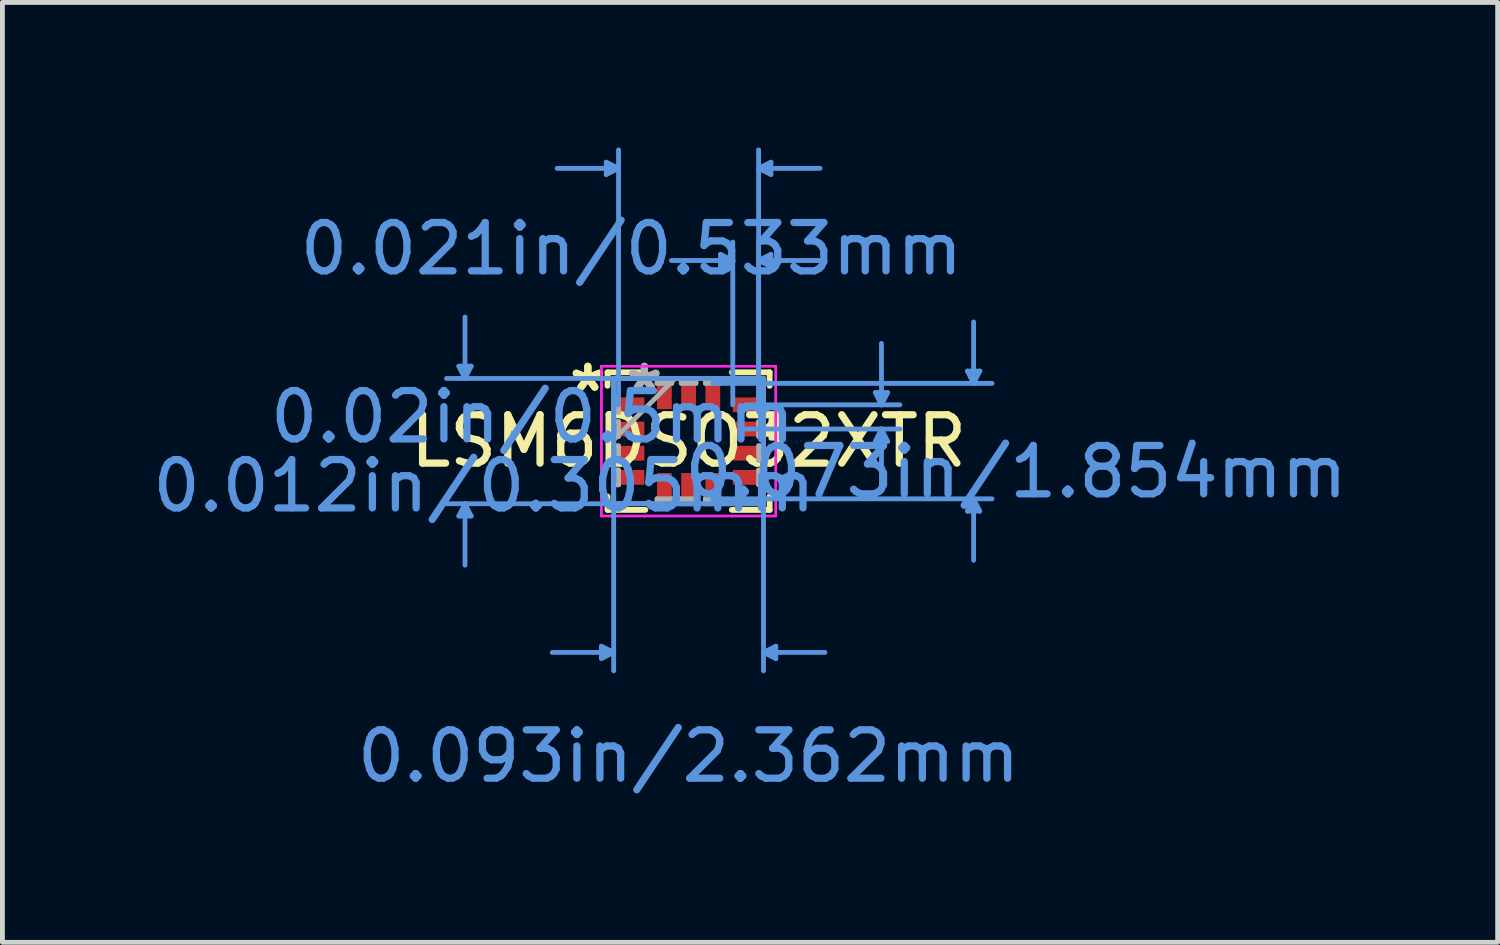
<source format=kicad_pcb>
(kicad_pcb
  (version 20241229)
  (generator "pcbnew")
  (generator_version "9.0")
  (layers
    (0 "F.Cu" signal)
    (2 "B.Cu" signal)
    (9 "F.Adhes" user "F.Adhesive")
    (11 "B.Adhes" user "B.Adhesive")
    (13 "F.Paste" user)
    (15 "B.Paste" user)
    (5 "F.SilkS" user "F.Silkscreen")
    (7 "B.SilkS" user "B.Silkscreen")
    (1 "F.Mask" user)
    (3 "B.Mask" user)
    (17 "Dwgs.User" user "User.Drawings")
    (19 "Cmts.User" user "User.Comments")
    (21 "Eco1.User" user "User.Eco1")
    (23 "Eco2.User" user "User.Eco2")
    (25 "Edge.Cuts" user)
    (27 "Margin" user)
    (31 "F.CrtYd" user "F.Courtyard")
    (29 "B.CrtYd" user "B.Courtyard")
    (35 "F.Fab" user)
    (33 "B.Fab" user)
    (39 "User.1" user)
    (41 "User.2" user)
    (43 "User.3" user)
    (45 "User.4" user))
  (footprint "LSM6DSO32XTR"
    (layer "F.Cu")
    (at 11.187 6.07)
    (property "Reference" "LSM6DSO32XTR" (at 0 0 0) (layer "F.SilkS") (effects (font (size 1 1) (thickness 0.15))))
    (attr through_hole)
    (fp_line (start -1.676 -1.422) (end -1.676 -1.144) (stroke (width 0.12) (type solid)) (layer "F.SilkS"))
    (fp_line (start -1.676 1.144) (end -1.676 1.422) (stroke (width 0.12) (type solid)) (layer "F.SilkS"))
    (fp_line (start -1.676 1.422) (end -0.894 1.422) (stroke (width 0.12) (type solid)) (layer "F.SilkS"))
    (fp_line (start -0.894 -1.422) (end -1.676 -1.422) (stroke (width 0.12) (type solid)) (layer "F.SilkS"))
    (fp_line (start 0.894 1.422) (end 1.676 1.422) (stroke (width 0.12) (type solid)) (layer "F.SilkS"))
    (fp_line (start 1.676 -1.422) (end 0.894 -1.422) (stroke (width 0.12) (type solid)) (layer "F.SilkS"))
    (fp_line (start 1.676 -1.144) (end 1.676 -1.422) (stroke (width 0.12) (type solid)) (layer "F.SilkS"))
    (fp_line (start 1.676 1.422) (end 1.676 1.144) (stroke (width 0.12) (type solid)) (layer "F.SilkS"))
    (fp_poly (pts (xy 1.956 -0.441) (xy 1.956 -0.06) (xy 1.702 -0.06) (xy 1.702 -0.441)) (stroke (width 0.1) (type solid)) (fill yes) (layer "F.SilkS"))
    (fp_line (start -4.75 -1.549) (end -4.496 -1.549) (stroke (width 0.1) (type solid)) (layer "Cmts.User"))
    (fp_line (start -4.75 1.549) (end -4.496 1.549) (stroke (width 0.1) (type solid)) (layer "Cmts.User"))
    (fp_line (start -4.623 -1.295) (end -4.75 -1.549) (stroke (width 0.1) (type solid)) (layer "Cmts.User"))
    (fp_line (start -4.623 -1.295) (end -4.623 -2.565) (stroke (width 0.1) (type solid)) (layer "Cmts.User"))
    (fp_line (start -4.623 -1.295) (end -4.496 -1.549) (stroke (width 0.1) (type solid)) (layer "Cmts.User"))
    (fp_line (start -4.623 1.295) (end -4.75 1.549) (stroke (width 0.1) (type solid)) (layer "Cmts.User"))
    (fp_line (start -4.623 1.295) (end -4.623 2.565) (stroke (width 0.1) (type solid)) (layer "Cmts.User"))
    (fp_line (start -4.623 1.295) (end -4.496 1.549) (stroke (width 0.1) (type solid)) (layer "Cmts.User"))
    (fp_line (start -1.803 4.242) (end -1.803 4.496) (stroke (width 0.1) (type solid)) (layer "Cmts.User"))
    (fp_line (start -1.702 -5.766) (end -1.702 -5.512) (stroke (width 0.1) (type solid)) (layer "Cmts.User"))
    (fp_line (start -1.549 -1.295) (end -1.549 4.75) (stroke (width 0.1) (type solid)) (layer "Cmts.User"))
    (fp_line (start -1.549 4.369) (end -2.819 4.369) (stroke (width 0.1) (type solid)) (layer "Cmts.User"))
    (fp_line (start -1.549 4.369) (end -1.803 4.242) (stroke (width 0.1) (type solid)) (layer "Cmts.User"))
    (fp_line (start -1.549 4.369) (end -1.803 4.496) (stroke (width 0.1) (type solid)) (layer "Cmts.User"))
    (fp_line (start -1.448 -5.639) (end -2.718 -5.639) (stroke (width 0.1) (type solid)) (layer "Cmts.User"))
    (fp_line (start -1.448 -5.639) (end -1.702 -5.766) (stroke (width 0.1) (type solid)) (layer "Cmts.User"))
    (fp_line (start -1.448 -5.639) (end -1.702 -5.512) (stroke (width 0.1) (type solid)) (layer "Cmts.User"))
    (fp_line (start -1.448 -0.75) (end -1.448 -6.02) (stroke (width 0.1) (type solid)) (layer "Cmts.User"))
    (fp_line (start 0.5 -1.194) (end 6.274 -1.194) (stroke (width 0.1) (type solid)) (layer "Cmts.User"))
    (fp_line (start 0.5 1.194) (end 6.274 1.194) (stroke (width 0.1) (type solid)) (layer "Cmts.User"))
    (fp_line (start 0.66 -3.861) (end 0.66 -3.607) (stroke (width 0.1) (type solid)) (layer "Cmts.User"))
    (fp_line (start 0.914 -3.734) (end -0.356 -3.734) (stroke (width 0.1) (type solid)) (layer "Cmts.User"))
    (fp_line (start 0.914 -3.734) (end 0.66 -3.861) (stroke (width 0.1) (type solid)) (layer "Cmts.User"))
    (fp_line (start 0.914 -3.734) (end 0.66 -3.607) (stroke (width 0.1) (type solid)) (layer "Cmts.User"))
    (fp_line (start 0.914 -0.75) (end 0.914 -4.115) (stroke (width 0.1) (type solid)) (layer "Cmts.User"))
    (fp_line (start 1.181 -0.75) (end 4.369 -0.75) (stroke (width 0.1) (type solid)) (layer "Cmts.User"))
    (fp_line (start 1.181 -0.25) (end 4.369 -0.25) (stroke (width 0.1) (type solid)) (layer "Cmts.User"))
    (fp_line (start 1.448 -5.639) (end 1.702 -5.766) (stroke (width 0.1) (type solid)) (layer "Cmts.User"))
    (fp_line (start 1.448 -5.639) (end 1.702 -5.512) (stroke (width 0.1) (type solid)) (layer "Cmts.User"))
    (fp_line (start 1.448 -5.639) (end 2.718 -5.639) (stroke (width 0.1) (type solid)) (layer "Cmts.User"))
    (fp_line (start 1.448 -3.734) (end 1.702 -3.861) (stroke (width 0.1) (type solid)) (layer "Cmts.User"))
    (fp_line (start 1.448 -3.734) (end 1.702 -3.607) (stroke (width 0.1) (type solid)) (layer "Cmts.User"))
    (fp_line (start 1.448 -3.734) (end 2.718 -3.734) (stroke (width 0.1) (type solid)) (layer "Cmts.User"))
    (fp_line (start 1.448 -0.75) (end 1.448 -6.02) (stroke (width 0.1) (type solid)) (layer "Cmts.User"))
    (fp_line (start 1.448 -0.75) (end 1.448 -4.115) (stroke (width 0.1) (type solid)) (layer "Cmts.User"))
    (fp_line (start 1.549 -1.295) (end -5.004 -1.295) (stroke (width 0.1) (type solid)) (layer "Cmts.User"))
    (fp_line (start 1.549 -1.295) (end 1.549 4.75) (stroke (width 0.1) (type solid)) (layer "Cmts.User"))
    (fp_line (start 1.549 1.295) (end -5.004 1.295) (stroke (width 0.1) (type solid)) (layer "Cmts.User"))
    (fp_line (start 1.549 4.369) (end 1.803 4.242) (stroke (width 0.1) (type solid)) (layer "Cmts.User"))
    (fp_line (start 1.549 4.369) (end 1.803 4.496) (stroke (width 0.1) (type solid)) (layer "Cmts.User"))
    (fp_line (start 1.549 4.369) (end 2.819 4.369) (stroke (width 0.1) (type solid)) (layer "Cmts.User"))
    (fp_line (start 1.702 -5.766) (end 1.702 -5.512) (stroke (width 0.1) (type solid)) (layer "Cmts.User"))
    (fp_line (start 1.702 -3.861) (end 1.702 -3.607) (stroke (width 0.1) (type solid)) (layer "Cmts.User"))
    (fp_line (start 1.803 4.242) (end 1.803 4.496) (stroke (width 0.1) (type solid)) (layer "Cmts.User"))
    (fp_line (start 3.861 -1.004) (end 4.115 -1.004) (stroke (width 0.1) (type solid)) (layer "Cmts.User"))
    (fp_line (start 3.861 0.004) (end 4.115 0.004) (stroke (width 0.1) (type solid)) (layer "Cmts.User"))
    (fp_line (start 3.988 -0.75) (end 3.861 -1.004) (stroke (width 0.1) (type solid)) (layer "Cmts.User"))
    (fp_line (start 3.988 -0.75) (end 3.988 -2.02) (stroke (width 0.1) (type solid)) (layer "Cmts.User"))
    (fp_line (start 3.988 -0.75) (end 4.115 -1.004) (stroke (width 0.1) (type solid)) (layer "Cmts.User"))
    (fp_line (start 3.988 -0.25) (end 3.861 0.004) (stroke (width 0.1) (type solid)) (layer "Cmts.User"))
    (fp_line (start 3.988 -0.25) (end 3.988 1.02) (stroke (width 0.1) (type solid)) (layer "Cmts.User"))
    (fp_line (start 3.988 -0.25) (end 4.115 0.004) (stroke (width 0.1) (type solid)) (layer "Cmts.User"))
    (fp_line (start 5.766 -1.448) (end 6.02 -1.448) (stroke (width 0.1) (type solid)) (layer "Cmts.User"))
    (fp_line (start 5.766 1.448) (end 6.02 1.448) (stroke (width 0.1) (type solid)) (layer "Cmts.User"))
    (fp_line (start 5.893 -1.194) (end 5.766 -1.448) (stroke (width 0.1) (type solid)) (layer "Cmts.User"))
    (fp_line (start 5.893 -1.194) (end 5.893 -2.464) (stroke (width 0.1) (type solid)) (layer "Cmts.User"))
    (fp_line (start 5.893 -1.194) (end 6.02 -1.448) (stroke (width 0.1) (type solid)) (layer "Cmts.User"))
    (fp_line (start 5.893 1.194) (end 5.766 1.448) (stroke (width 0.1) (type solid)) (layer "Cmts.User"))
    (fp_line (start 5.893 1.194) (end 5.893 2.464) (stroke (width 0.1) (type solid)) (layer "Cmts.User"))
    (fp_line (start 5.893 1.194) (end 6.02 1.448) (stroke (width 0.1) (type solid)) (layer "Cmts.User"))
    (fp_line (start -1.803 -1.549) (end -0.907 -1.549) (stroke (width 0.05) (type solid)) (layer "F.CrtYd"))
    (fp_line (start -1.803 -1.549) (end -0.907 -1.549) (stroke (width 0.05) (type solid)) (layer "F.CrtYd"))
    (fp_line (start -1.803 -1.157) (end -1.803 -1.549) (stroke (width 0.05) (type solid)) (layer "F.CrtYd"))
    (fp_line (start -1.803 -1.157) (end -1.803 -1.549) (stroke (width 0.05) (type solid)) (layer "F.CrtYd"))
    (fp_line (start -1.803 -1.157) (end -1.803 -1.157) (stroke (width 0.05) (type solid)) (layer "F.CrtYd"))
    (fp_line (start -1.803 -1.157) (end -1.803 -1.157) (stroke (width 0.05) (type solid)) (layer "F.CrtYd"))
    (fp_line (start -1.803 1.157) (end -1.803 -1.157) (stroke (width 0.05) (type solid)) (layer "F.CrtYd"))
    (fp_line (start -1.803 1.157) (end -1.803 -1.157) (stroke (width 0.05) (type solid)) (layer "F.CrtYd"))
    (fp_line (start -1.803 1.157) (end -1.803 1.157) (stroke (width 0.05) (type solid)) (layer "F.CrtYd"))
    (fp_line (start -1.803 1.157) (end -1.803 1.157) (stroke (width 0.05) (type solid)) (layer "F.CrtYd"))
    (fp_line (start -1.803 1.549) (end -1.803 1.157) (stroke (width 0.05) (type solid)) (layer "F.CrtYd"))
    (fp_line (start -1.803 1.549) (end -1.803 1.157) (stroke (width 0.05) (type solid)) (layer "F.CrtYd"))
    (fp_line (start -0.907 -1.549) (end -0.907 -1.549) (stroke (width 0.05) (type solid)) (layer "F.CrtYd"))
    (fp_line (start -0.907 -1.549) (end -0.907 -1.549) (stroke (width 0.05) (type solid)) (layer "F.CrtYd"))
    (fp_line (start -0.907 -1.549) (end 0.907 -1.549) (stroke (width 0.05) (type solid)) (layer "F.CrtYd"))
    (fp_line (start -0.907 -1.549) (end 0.907 -1.549) (stroke (width 0.05) (type solid)) (layer "F.CrtYd"))
    (fp_line (start -0.907 1.549) (end -1.803 1.549) (stroke (width 0.05) (type solid)) (layer "F.CrtYd"))
    (fp_line (start -0.907 1.549) (end -1.803 1.549) (stroke (width 0.05) (type solid)) (layer "F.CrtYd"))
    (fp_line (start -0.907 1.549) (end -0.907 1.549) (stroke (width 0.05) (type solid)) (layer "F.CrtYd"))
    (fp_line (start -0.907 1.549) (end -0.907 1.549) (stroke (width 0.05) (type solid)) (layer "F.CrtYd"))
    (fp_line (start 0.907 -1.549) (end 0.907 -1.549) (stroke (width 0.05) (type solid)) (layer "F.CrtYd"))
    (fp_line (start 0.907 -1.549) (end 0.907 -1.549) (stroke (width 0.05) (type solid)) (layer "F.CrtYd"))
    (fp_line (start 0.907 -1.549) (end 1.803 -1.549) (stroke (width 0.05) (type solid)) (layer "F.CrtYd"))
    (fp_line (start 0.907 -1.549) (end 1.803 -1.549) (stroke (width 0.05) (type solid)) (layer "F.CrtYd"))
    (fp_line (start 0.907 1.549) (end -0.907 1.549) (stroke (width 0.05) (type solid)) (layer "F.CrtYd"))
    (fp_line (start 0.907 1.549) (end -0.907 1.549) (stroke (width 0.05) (type solid)) (layer "F.CrtYd"))
    (fp_line (start 0.907 1.549) (end 0.907 1.549) (stroke (width 0.05) (type solid)) (layer "F.CrtYd"))
    (fp_line (start 0.907 1.549) (end 0.907 1.549) (stroke (width 0.05) (type solid)) (layer "F.CrtYd"))
    (fp_line (start 1.803 -1.549) (end 1.803 -1.157) (stroke (width 0.05) (type solid)) (layer "F.CrtYd"))
    (fp_line (start 1.803 -1.549) (end 1.803 -1.157) (stroke (width 0.05) (type solid)) (layer "F.CrtYd"))
    (fp_line (start 1.803 -1.157) (end 1.803 -1.157) (stroke (width 0.05) (type solid)) (layer "F.CrtYd"))
    (fp_line (start 1.803 -1.157) (end 1.803 -1.157) (stroke (width 0.05) (type solid)) (layer "F.CrtYd"))
    (fp_line (start 1.803 -1.157) (end 1.803 1.157) (stroke (width 0.05) (type solid)) (layer "F.CrtYd"))
    (fp_line (start 1.803 -1.157) (end 1.803 1.157) (stroke (width 0.05) (type solid)) (layer "F.CrtYd"))
    (fp_line (start 1.803 1.157) (end 1.803 1.157) (stroke (width 0.05) (type solid)) (layer "F.CrtYd"))
    (fp_line (start 1.803 1.157) (end 1.803 1.157) (stroke (width 0.05) (type solid)) (layer "F.CrtYd"))
    (fp_line (start 1.803 1.157) (end 1.803 1.549) (stroke (width 0.05) (type solid)) (layer "F.CrtYd"))
    (fp_line (start 1.803 1.157) (end 1.803 1.549) (stroke (width 0.05) (type solid)) (layer "F.CrtYd"))
    (fp_line (start 1.803 1.549) (end 0.907 1.549) (stroke (width 0.05) (type solid)) (layer "F.CrtYd"))
    (fp_line (start 1.803 1.549) (end 0.907 1.549) (stroke (width 0.05) (type solid)) (layer "F.CrtYd"))
    (fp_line (start -1.549 -1.295) (end -1.549 -1.295) (stroke (width 0.1) (type solid)) (layer "F.Fab"))
    (fp_line (start -1.549 -1.295) (end -1.549 1.295) (stroke (width 0.1) (type solid)) (layer "F.Fab"))
    (fp_line (start -1.549 -0.903) (end -1.448 -0.903) (stroke (width 0.1) (type solid)) (layer "F.Fab"))
    (fp_line (start -1.549 -0.598) (end -1.549 -0.903) (stroke (width 0.1) (type solid)) (layer "F.Fab"))
    (fp_line (start -1.549 -0.402) (end -1.448 -0.402) (stroke (width 0.1) (type solid)) (layer "F.Fab"))
    (fp_line (start -1.549 -0.098) (end -1.549 -0.402) (stroke (width 0.1) (type solid)) (layer "F.Fab"))
    (fp_line (start -1.549 -0.025) (end -0.279 -1.295) (stroke (width 0.1) (type solid)) (layer "F.Fab"))
    (fp_line (start -1.549 0.098) (end -1.448 0.098) (stroke (width 0.1) (type solid)) (layer "F.Fab"))
    (fp_line (start -1.549 0.402) (end -1.549 0.098) (stroke (width 0.1) (type solid)) (layer "F.Fab"))
    (fp_line (start -1.549 0.598) (end -1.448 0.598) (stroke (width 0.1) (type solid)) (layer "F.Fab"))
    (fp_line (start -1.549 0.903) (end -1.549 0.598) (stroke (width 0.1) (type solid)) (layer "F.Fab"))
    (fp_line (start -1.549 1.295) (end -1.549 1.295) (stroke (width 0.1) (type solid)) (layer "F.Fab"))
    (fp_line (start -1.549 1.295) (end 1.549 1.295) (stroke (width 0.1) (type solid)) (layer "F.Fab"))
    (fp_line (start -1.448 -0.903) (end -1.448 -0.598) (stroke (width 0.1) (type solid)) (layer "F.Fab"))
    (fp_line (start -1.448 -0.598) (end -1.549 -0.598) (stroke (width 0.1) (type solid)) (layer "F.Fab"))
    (fp_line (start -1.448 -0.402) (end -1.448 -0.098) (stroke (width 0.1) (type solid)) (layer "F.Fab"))
    (fp_line (start -1.448 -0.098) (end -1.549 -0.098) (stroke (width 0.1) (type solid)) (layer "F.Fab"))
    (fp_line (start -1.448 0.098) (end -1.448 0.402) (stroke (width 0.1) (type solid)) (layer "F.Fab"))
    (fp_line (start -1.448 0.402) (end -1.549 0.402) (stroke (width 0.1) (type solid)) (layer "F.Fab"))
    (fp_line (start -1.448 0.598) (end -1.448 0.903) (stroke (width 0.1) (type solid)) (layer "F.Fab"))
    (fp_line (start -1.448 0.903) (end -1.549 0.903) (stroke (width 0.1) (type solid)) (layer "F.Fab"))
    (fp_line (start -0.653 -1.295) (end -0.348 -1.295) (stroke (width 0.1) (type solid)) (layer "F.Fab"))
    (fp_line (start -0.653 -1.194) (end -0.653 -1.295) (stroke (width 0.1) (type solid)) (layer "F.Fab"))
    (fp_line (start -0.653 1.194) (end -0.348 1.194) (stroke (width 0.1) (type solid)) (layer "F.Fab"))
    (fp_line (start -0.653 1.295) (end -0.653 1.194) (stroke (width 0.1) (type solid)) (layer "F.Fab"))
    (fp_line (start -0.348 -1.295) (end -0.348 -1.194) (stroke (width 0.1) (type solid)) (layer "F.Fab"))
    (fp_line (start -0.348 -1.194) (end -0.653 -1.194) (stroke (width 0.1) (type solid)) (layer "F.Fab"))
    (fp_line (start -0.348 1.194) (end -0.348 1.295) (stroke (width 0.1) (type solid)) (layer "F.Fab"))
    (fp_line (start -0.348 1.295) (end -0.653 1.295) (stroke (width 0.1) (type solid)) (layer "F.Fab"))
    (fp_line (start -0.152 -1.295) (end 0.152 -1.295) (stroke (width 0.1) (type solid)) (layer "F.Fab"))
    (fp_line (start -0.152 -1.194) (end -0.152 -1.295) (stroke (width 0.1) (type solid)) (layer "F.Fab"))
    (fp_line (start -0.152 1.194) (end 0.152 1.194) (stroke (width 0.1) (type solid)) (layer "F.Fab"))
    (fp_line (start -0.152 1.295) (end -0.152 1.194) (stroke (width 0.1) (type solid)) (layer "F.Fab"))
    (fp_line (start 0.152 -1.295) (end 0.152 -1.194) (stroke (width 0.1) (type solid)) (layer "F.Fab"))
    (fp_line (start 0.152 -1.194) (end -0.152 -1.194) (stroke (width 0.1) (type solid)) (layer "F.Fab"))
    (fp_line (start 0.152 1.194) (end 0.152 1.295) (stroke (width 0.1) (type solid)) (layer "F.Fab"))
    (fp_line (start 0.152 1.295) (end -0.152 1.295) (stroke (width 0.1) (type solid)) (layer "F.Fab"))
    (fp_line (start 0.348 -1.295) (end 0.653 -1.295) (stroke (width 0.1) (type solid)) (layer "F.Fab"))
    (fp_line (start 0.348 -1.194) (end 0.348 -1.295) (stroke (width 0.1) (type solid)) (layer "F.Fab"))
    (fp_line (start 0.348 1.194) (end 0.653 1.194) (stroke (width 0.1) (type solid)) (layer "F.Fab"))
    (fp_line (start 0.348 1.295) (end 0.348 1.194) (stroke (width 0.1) (type solid)) (layer "F.Fab"))
    (fp_line (start 0.653 -1.295) (end 0.653 -1.194) (stroke (width 0.1) (type solid)) (layer "F.Fab"))
    (fp_line (start 0.653 -1.194) (end 0.348 -1.194) (stroke (width 0.1) (type solid)) (layer "F.Fab"))
    (fp_line (start 0.653 1.194) (end 0.653 1.295) (stroke (width 0.1) (type solid)) (layer "F.Fab"))
    (fp_line (start 0.653 1.295) (end 0.348 1.295) (stroke (width 0.1) (type solid)) (layer "F.Fab"))
    (fp_line (start 1.448 -0.903) (end 1.549 -0.903) (stroke (width 0.1) (type solid)) (layer "F.Fab"))
    (fp_line (start 1.448 -0.598) (end 1.448 -0.903) (stroke (width 0.1) (type solid)) (layer "F.Fab"))
    (fp_line (start 1.448 -0.402) (end 1.549 -0.402) (stroke (width 0.1) (type solid)) (layer "F.Fab"))
    (fp_line (start 1.448 -0.098) (end 1.448 -0.402) (stroke (width 0.1) (type solid)) (layer "F.Fab"))
    (fp_line (start 1.448 0.098) (end 1.549 0.098) (stroke (width 0.1) (type solid)) (layer "F.Fab"))
    (fp_line (start 1.448 0.402) (end 1.448 0.098) (stroke (width 0.1) (type solid)) (layer "F.Fab"))
    (fp_line (start 1.448 0.598) (end 1.549 0.598) (stroke (width 0.1) (type solid)) (layer "F.Fab"))
    (fp_line (start 1.448 0.903) (end 1.448 0.598) (stroke (width 0.1) (type solid)) (layer "F.Fab"))
    (fp_line (start 1.549 -1.295) (end -1.549 -1.295) (stroke (width 0.1) (type solid)) (layer "F.Fab"))
    (fp_line (start 1.549 -1.295) (end 1.549 -1.295) (stroke (width 0.1) (type solid)) (layer "F.Fab"))
    (fp_line (start 1.549 -0.903) (end 1.549 -0.598) (stroke (width 0.1) (type solid)) (layer "F.Fab"))
    (fp_line (start 1.549 -0.598) (end 1.448 -0.598) (stroke (width 0.1) (type solid)) (layer "F.Fab"))
    (fp_line (start 1.549 -0.402) (end 1.549 -0.098) (stroke (width 0.1) (type solid)) (layer "F.Fab"))
    (fp_line (start 1.549 -0.098) (end 1.448 -0.098) (stroke (width 0.1) (type solid)) (layer "F.Fab"))
    (fp_line (start 1.549 0.098) (end 1.549 0.402) (stroke (width 0.1) (type solid)) (layer "F.Fab"))
    (fp_line (start 1.549 0.402) (end 1.448 0.402) (stroke (width 0.1) (type solid)) (layer "F.Fab"))
    (fp_line (start 1.549 0.598) (end 1.549 0.903) (stroke (width 0.1) (type solid)) (layer "F.Fab"))
    (fp_line (start 1.549 0.903) (end 1.448 0.903) (stroke (width 0.1) (type solid)) (layer "F.Fab"))
    (fp_line (start 1.549 1.295) (end 1.549 -1.295) (stroke (width 0.1) (type solid)) (layer "F.Fab"))
    (fp_line (start 1.549 1.295) (end 1.549 1.295) (stroke (width 0.1) (type solid)) (layer "F.Fab"))
    (fp_text user "*" (at -2.083 -1 0) (layer "F.SilkS") (effects (font (size 1 1) (thickness 0.15))))
    (fp_text user "*" (at -2.083 -1 0) (layer "F.SilkS") (effects (font (size 1 1) (thickness 0.15))))
    (fp_text user "0.093in/2.362mm" (at 0 6.515 0) (layer "Cmts.User") (effects (font (size 1 1) (thickness 0.15))))
    (fp_text user "0.02in/0.5mm" (at -3.226 -0.5 0) (layer "Cmts.User") (effects (font (size 1 1) (thickness 0.15))))
    (fp_text user "0.012in/0.305mm" (at -4.229 0.927 0) (layer "Cmts.User") (effects (font (size 1 1) (thickness 0.15))))
    (fp_text user "Copyright 2021 Accelerated Designs. All rights reserved." (at 0 0 0) (layer "Cmts.User") (effects (font (size 0.127 0.127) (thickness 0.002))))
    (fp_text user "0.021in/0.533mm" (at -1.181 -3.975 0) (layer "Cmts.User") (effects (font (size 1 1) (thickness 0.15))))
    (fp_text user "0.073in/1.854mm" (at 6.769 0.635 0) (layer "Cmts.User") (effects (font (size 1 1) (thickness 0.15))))
    (fp_text user "*" (at -0.914 -1 0) (layer "F.Fab") (effects (font (size 1 1) (thickness 0.15))))
    (fp_text user "*" (at -0.914 -1 0) (layer "F.Fab") (effects (font (size 1 1) (thickness 0.15))))
    (pad "1" smd rect (at -1.181 -0.75 90) (size 0.305 0.533) (layers "F.Cu" "F.Mask" "F.Paste"))
    (pad "2" smd rect (at -1.181 -0.25 90) (size 0.305 0.533) (layers "F.Cu" "F.Mask" "F.Paste"))
    (pad "3" smd rect (at -1.181 0.25 90) (size 0.305 0.533) (layers "F.Cu" "F.Mask" "F.Paste"))
    (pad "4" smd rect (at -1.181 0.75 90) (size 0.305 0.533) (layers "F.Cu" "F.Mask" "F.Paste"))
    (pad "5" smd rect (at -0.5 0.927) (size 0.305 0.533) (layers "F.Cu" "F.Mask" "F.Paste"))
    (pad "6" smd rect (at 0 0.927) (size 0.305 0.533) (layers "F.Cu" "F.Mask" "F.Paste"))
    (pad "7" smd rect (at 0.5 0.927) (size 0.305 0.533) (layers "F.Cu" "F.Mask" "F.Paste"))
    (pad "8" smd rect (at 1.181 0.75 90) (size 0.305 0.533) (layers "F.Cu" "F.Mask" "F.Paste"))
    (pad "9" smd rect (at 1.181 0.25 90) (size 0.305 0.533) (layers "F.Cu" "F.Mask" "F.Paste"))
    (pad "10" smd rect (at 1.181 -0.25 90) (size 0.305 0.533) (layers "F.Cu" "F.Mask" "F.Paste"))
    (pad "11" smd rect (at 1.181 -0.75 90) (size 0.305 0.533) (layers "F.Cu" "F.Mask" "F.Paste"))
    (pad "12" smd rect (at 0.5 -0.927) (size 0.305 0.533) (layers "F.Cu" "F.Mask" "F.Paste"))
    (pad "13" smd rect (at 0 -0.927) (size 0.305 0.533) (layers "F.Cu" "F.Mask" "F.Paste"))
    (pad "14" smd rect (at -0.5 -0.927) (size 0.305 0.533) (layers "F.Cu" "F.Mask" "F.Paste")))
  (gr_rect
    (start -3 -3)
    (end 27.915 16.433)
    (stroke (width 0.1) (type default))
    (fill no)
    (layer "Edge.Cuts")))
</source>
